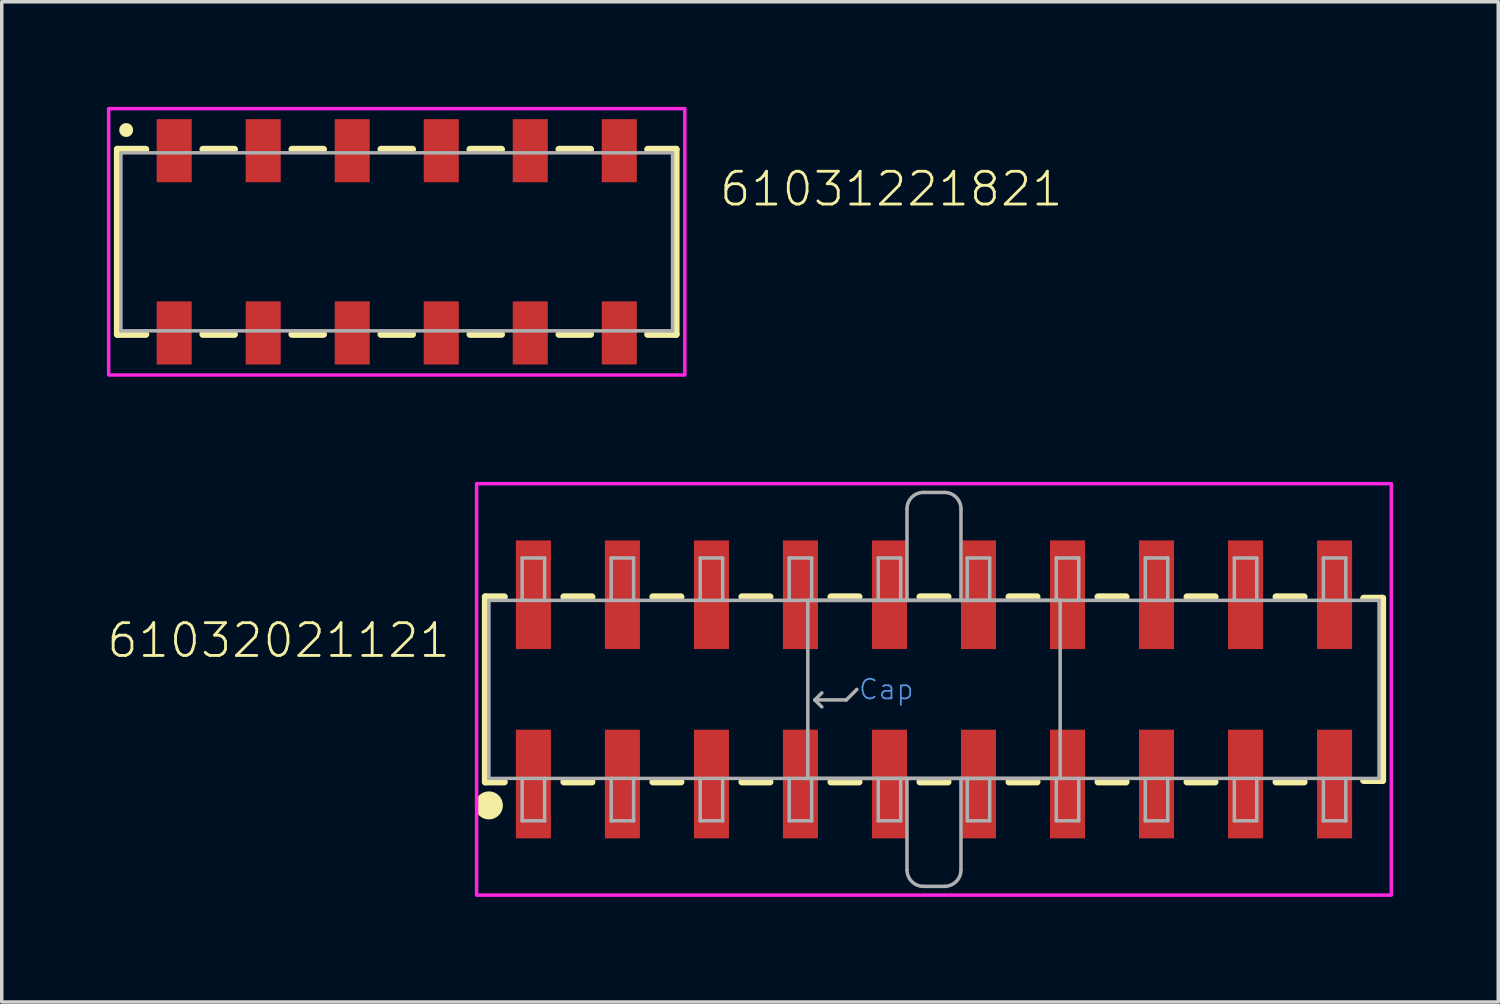
<source format=kicad_pcb>
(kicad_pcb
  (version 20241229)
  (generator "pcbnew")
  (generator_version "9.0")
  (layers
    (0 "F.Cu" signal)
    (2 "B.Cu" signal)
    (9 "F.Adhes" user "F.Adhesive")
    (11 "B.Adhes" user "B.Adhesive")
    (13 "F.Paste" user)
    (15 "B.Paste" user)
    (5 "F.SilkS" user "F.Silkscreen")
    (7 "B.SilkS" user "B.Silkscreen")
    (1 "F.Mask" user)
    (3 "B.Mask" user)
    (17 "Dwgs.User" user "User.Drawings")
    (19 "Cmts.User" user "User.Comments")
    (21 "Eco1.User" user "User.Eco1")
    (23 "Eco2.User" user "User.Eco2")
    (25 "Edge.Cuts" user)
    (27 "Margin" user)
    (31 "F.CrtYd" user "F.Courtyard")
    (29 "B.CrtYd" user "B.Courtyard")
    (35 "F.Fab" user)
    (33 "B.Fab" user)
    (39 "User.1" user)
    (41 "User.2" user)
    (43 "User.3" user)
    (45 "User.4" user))
  (footprint "61032021121"
    (layer "F.Cu")
    (at 23.599 16.62)
    (property "Reference" "61032021121" (at -13.75 -0.85 0) (unlocked yes) (layer "F.SilkS") (effects (font (size 0.935 0.935) (thickness 0.081)) (justify right bottom)))
    (fp_line (start -12.8 -2.64) (end -12.8 2.64) (stroke (width 0.2) (type solid)) (layer "F.SilkS"))
    (fp_line (start -12.8 2.64) (end -12.26 2.64) (stroke (width 0.2) (type solid)) (layer "F.SilkS"))
    (fp_line (start -12.26 -2.64) (end -12.8 -2.64) (stroke (width 0.2) (type solid)) (layer "F.SilkS"))
    (fp_line (start -10.56 2.64) (end -9.76 2.64) (stroke (width 0.2) (type solid)) (layer "F.SilkS"))
    (fp_line (start -9.76 -2.64) (end -10.56 -2.64) (stroke (width 0.2) (type solid)) (layer "F.SilkS"))
    (fp_line (start -8.02 2.64) (end -7.22 2.64) (stroke (width 0.2) (type solid)) (layer "F.SilkS"))
    (fp_line (start -7.22 -2.64) (end -8.02 -2.64) (stroke (width 0.2) (type solid)) (layer "F.SilkS"))
    (fp_line (start -5.48 2.64) (end -4.68 2.64) (stroke (width 0.2) (type solid)) (layer "F.SilkS"))
    (fp_line (start -4.68 -2.64) (end -5.48 -2.64) (stroke (width 0.2) (type solid)) (layer "F.SilkS"))
    (fp_line (start -2.94 2.64) (end -2.14 2.64) (stroke (width 0.2) (type solid)) (layer "F.SilkS"))
    (fp_line (start -2.14 -2.64) (end -2.94 -2.64) (stroke (width 0.2) (type solid)) (layer "F.SilkS"))
    (fp_line (start -0.4 2.64) (end 0.4 2.64) (stroke (width 0.2) (type solid)) (layer "F.SilkS"))
    (fp_line (start 0.4 -2.64) (end -0.4 -2.64) (stroke (width 0.2) (type solid)) (layer "F.SilkS"))
    (fp_line (start 2.14 2.64) (end 2.94 2.64) (stroke (width 0.2) (type solid)) (layer "F.SilkS"))
    (fp_line (start 2.94 -2.64) (end 2.14 -2.64) (stroke (width 0.2) (type solid)) (layer "F.SilkS"))
    (fp_line (start 4.68 2.64) (end 5.48 2.64) (stroke (width 0.2) (type solid)) (layer "F.SilkS"))
    (fp_line (start 5.48 -2.64) (end 4.68 -2.64) (stroke (width 0.2) (type solid)) (layer "F.SilkS"))
    (fp_line (start 7.22 2.64) (end 8.02 2.64) (stroke (width 0.2) (type solid)) (layer "F.SilkS"))
    (fp_line (start 8.02 -2.64) (end 7.22 -2.64) (stroke (width 0.2) (type solid)) (layer "F.SilkS"))
    (fp_line (start 9.76 2.64) (end 10.56 2.64) (stroke (width 0.2) (type solid)) (layer "F.SilkS"))
    (fp_line (start 10.56 -2.64) (end 9.76 -2.64) (stroke (width 0.2) (type solid)) (layer "F.SilkS"))
    (fp_line (start 12.26 -2.6) (end 12.8 -2.6) (stroke (width 0.2) (type solid)) (layer "F.SilkS"))
    (fp_line (start 12.8 -2.6) (end 12.8 2.6) (stroke (width 0.2) (type solid)) (layer "F.SilkS"))
    (fp_line (start 12.8 2.6) (end 12.26 2.6) (stroke (width 0.2) (type solid)) (layer "F.SilkS"))
    (fp_circle (center -12.7 3.31) (end -12.5 3.31) (stroke (width 0.4) (type solid)) (fill no) (layer "F.SilkS"))
    (fp_poly (pts (xy 13.05 5.87) (xy -13.05 5.87) (xy -13.05 -5.87) (xy 13.05 -5.87)) (stroke (width 0.1) (type default)) (fill no) (layer "F.CrtYd"))
    (fp_line (start -12.7 -2.54) (end -12.7 2.54) (stroke (width 0.1) (type solid)) (layer "F.Fab"))
    (fp_line (start -12.7 2.54) (end 12.7 2.54) (stroke (width 0.1) (type solid)) (layer "F.Fab"))
    (fp_line (start -11.75 -3.75) (end -11.11 -3.75) (stroke (width 0.1) (type solid)) (layer "F.Fab"))
    (fp_line (start -11.75 -2.54) (end -12.7 -2.54) (stroke (width 0.1) (type solid)) (layer "F.Fab"))
    (fp_line (start -11.75 -2.54) (end -11.75 -3.75) (stroke (width 0.1) (type solid)) (layer "F.Fab"))
    (fp_line (start -11.75 3.75) (end -11.75 2.54) (stroke (width 0.1) (type solid)) (layer "F.Fab"))
    (fp_line (start -11.11 -3.75) (end -11.11 -2.54) (stroke (width 0.1) (type solid)) (layer "F.Fab"))
    (fp_line (start -11.11 -2.54) (end -11.75 -2.54) (stroke (width 0.1) (type solid)) (layer "F.Fab"))
    (fp_line (start -11.11 2.54) (end -11.11 3.75) (stroke (width 0.1) (type solid)) (layer "F.Fab"))
    (fp_line (start -11.11 3.75) (end -11.75 3.75) (stroke (width 0.1) (type solid)) (layer "F.Fab"))
    (fp_line (start -9.21 -3.75) (end -8.57 -3.75) (stroke (width 0.1) (type solid)) (layer "F.Fab"))
    (fp_line (start -9.21 -2.54) (end -9.21 -3.75) (stroke (width 0.1) (type solid)) (layer "F.Fab"))
    (fp_line (start -9.21 3.75) (end -9.21 2.54) (stroke (width 0.1) (type solid)) (layer "F.Fab"))
    (fp_line (start -8.57 -3.75) (end -8.57 -2.54) (stroke (width 0.1) (type solid)) (layer "F.Fab"))
    (fp_line (start -8.57 2.54) (end -8.57 3.75) (stroke (width 0.1) (type solid)) (layer "F.Fab"))
    (fp_line (start -8.57 3.75) (end -9.21 3.75) (stroke (width 0.1) (type solid)) (layer "F.Fab"))
    (fp_line (start -6.67 -3.75) (end -6.03 -3.75) (stroke (width 0.1) (type solid)) (layer "F.Fab"))
    (fp_line (start -6.67 -2.54) (end -6.67 -3.75) (stroke (width 0.1) (type solid)) (layer "F.Fab"))
    (fp_line (start -6.67 3.75) (end -6.67 2.54) (stroke (width 0.1) (type solid)) (layer "F.Fab"))
    (fp_line (start -6.03 -3.75) (end -6.03 -2.54) (stroke (width 0.1) (type solid)) (layer "F.Fab"))
    (fp_line (start -6.03 2.54) (end -6.03 3.75) (stroke (width 0.1) (type solid)) (layer "F.Fab"))
    (fp_line (start -6.03 3.75) (end -6.67 3.75) (stroke (width 0.1) (type solid)) (layer "F.Fab"))
    (fp_line (start -4.13 -3.75) (end -3.49 -3.75) (stroke (width 0.1) (type solid)) (layer "F.Fab"))
    (fp_line (start -4.13 -2.54) (end -4.13 -3.75) (stroke (width 0.1) (type solid)) (layer "F.Fab"))
    (fp_line (start -4.13 3.75) (end -4.13 2.54) (stroke (width 0.1) (type solid)) (layer "F.Fab"))
    (fp_line (start -3.6 -2.54) (end -0.77 -2.54) (stroke (width 0.1) (type solid)) (layer "F.Fab"))
    (fp_line (start -3.6 2.54) (end -3.6 -2.54) (stroke (width 0.1) (type solid)) (layer "F.Fab"))
    (fp_line (start -3.49 -3.75) (end -3.49 -2.54) (stroke (width 0.1) (type solid)) (layer "F.Fab"))
    (fp_line (start -3.49 2.54) (end -3.49 3.75) (stroke (width 0.1) (type solid)) (layer "F.Fab"))
    (fp_line (start -3.49 3.75) (end -4.13 3.75) (stroke (width 0.1) (type solid)) (layer "F.Fab"))
    (fp_line (start -3.4 0.3) (end -3.2 0.1) (stroke (width 0.1) (type solid)) (layer "F.Fab"))
    (fp_line (start -3.4 0.3) (end -3.2 0.5) (stroke (width 0.1) (type solid)) (layer "F.Fab"))
    (fp_line (start -2.5 0.3) (end -3.4 0.3) (stroke (width 0.1) (type solid)) (layer "F.Fab"))
    (fp_line (start -2.2 0) (end -2.5 0.3) (stroke (width 0.1) (type solid)) (layer "F.Fab"))
    (fp_line (start -1.59 -3.75) (end -0.95 -3.75) (stroke (width 0.1) (type solid)) (layer "F.Fab"))
    (fp_line (start -1.59 -2.54) (end -1.59 -3.75) (stroke (width 0.1) (type solid)) (layer "F.Fab"))
    (fp_line (start -1.59 3.75) (end -1.59 2.54) (stroke (width 0.1) (type solid)) (layer "F.Fab"))
    (fp_line (start -0.95 -3.75) (end -0.95 -2.54) (stroke (width 0.1) (type solid)) (layer "F.Fab"))
    (fp_line (start -0.95 2.54) (end -0.95 3.75) (stroke (width 0.1) (type solid)) (layer "F.Fab"))
    (fp_line (start -0.95 3.75) (end -1.59 3.75) (stroke (width 0.1) (type solid)) (layer "F.Fab"))
    (fp_line (start -0.77 -2.54) (end -0.77 -5.15) (stroke (width 0.1) (type solid)) (layer "F.Fab"))
    (fp_line (start -0.77 -2.54) (end 0.77 -2.54) (stroke (width 0.1) (type solid)) (layer "F.Fab"))
    (fp_line (start -0.77 5.15) (end -0.77 2.54) (stroke (width 0.1) (type solid)) (layer "F.Fab"))
    (fp_line (start -0.3 -5.62) (end 0.3 -5.62) (stroke (width 0.1) (type solid)) (layer "F.Fab"))
    (fp_line (start 0.3 5.62) (end -0.3 5.62) (stroke (width 0.1) (type solid)) (layer "F.Fab"))
    (fp_line (start 0.77 -5.15) (end 0.77 -2.54) (stroke (width 0.1) (type solid)) (layer "F.Fab"))
    (fp_line (start 0.77 -2.54) (end 3.6 -2.54) (stroke (width 0.1) (type solid)) (layer "F.Fab"))
    (fp_line (start 0.77 2.54) (end 0.77 5.15) (stroke (width 0.1) (type solid)) (layer "F.Fab"))
    (fp_line (start 0.95 -3.75) (end 1.59 -3.75) (stroke (width 0.1) (type solid)) (layer "F.Fab"))
    (fp_line (start 0.95 -2.54) (end 0.95 -3.75) (stroke (width 0.1) (type solid)) (layer "F.Fab"))
    (fp_line (start 0.95 3.75) (end 0.95 2.54) (stroke (width 0.1) (type solid)) (layer "F.Fab"))
    (fp_line (start 1.59 -3.75) (end 1.59 -2.54) (stroke (width 0.1) (type solid)) (layer "F.Fab"))
    (fp_line (start 1.59 2.54) (end 1.59 3.75) (stroke (width 0.1) (type solid)) (layer "F.Fab"))
    (fp_line (start 1.59 3.75) (end 0.95 3.75) (stroke (width 0.1) (type solid)) (layer "F.Fab"))
    (fp_line (start 3.49 -3.75) (end 4.13 -3.75) (stroke (width 0.1) (type solid)) (layer "F.Fab"))
    (fp_line (start 3.49 -2.54) (end 3.49 -3.75) (stroke (width 0.1) (type solid)) (layer "F.Fab"))
    (fp_line (start 3.49 3.75) (end 3.49 2.54) (stroke (width 0.1) (type solid)) (layer "F.Fab"))
    (fp_line (start 3.6 -2.54) (end 3.6 2.54) (stroke (width 0.1) (type solid)) (layer "F.Fab"))
    (fp_line (start 3.6 2.54) (end -3.6 2.54) (stroke (width 0.1) (type solid)) (layer "F.Fab"))
    (fp_line (start 4.13 -3.75) (end 4.13 -2.54) (stroke (width 0.1) (type solid)) (layer "F.Fab"))
    (fp_line (start 4.13 2.54) (end 4.13 3.75) (stroke (width 0.1) (type solid)) (layer "F.Fab"))
    (fp_line (start 4.13 3.75) (end 3.49 3.75) (stroke (width 0.1) (type solid)) (layer "F.Fab"))
    (fp_line (start 6.03 -3.75) (end 6.67 -3.75) (stroke (width 0.1) (type solid)) (layer "F.Fab"))
    (fp_line (start 6.03 -2.54) (end 6.03 -3.75) (stroke (width 0.1) (type solid)) (layer "F.Fab"))
    (fp_line (start 6.03 3.75) (end 6.03 2.54) (stroke (width 0.1) (type solid)) (layer "F.Fab"))
    (fp_line (start 6.67 -3.75) (end 6.67 -2.54) (stroke (width 0.1) (type solid)) (layer "F.Fab"))
    (fp_line (start 6.67 2.54) (end 6.67 3.75) (stroke (width 0.1) (type solid)) (layer "F.Fab"))
    (fp_line (start 6.67 3.75) (end 6.03 3.75) (stroke (width 0.1) (type solid)) (layer "F.Fab"))
    (fp_line (start 8.57 -3.75) (end 9.21 -3.75) (stroke (width 0.1) (type solid)) (layer "F.Fab"))
    (fp_line (start 8.57 -2.54) (end 8.57 -3.75) (stroke (width 0.1) (type solid)) (layer "F.Fab"))
    (fp_line (start 8.57 3.75) (end 8.57 2.54) (stroke (width 0.1) (type solid)) (layer "F.Fab"))
    (fp_line (start 9.21 -3.75) (end 9.21 -2.54) (stroke (width 0.1) (type solid)) (layer "F.Fab"))
    (fp_line (start 9.21 2.54) (end 9.21 3.75) (stroke (width 0.1) (type solid)) (layer "F.Fab"))
    (fp_line (start 9.21 3.75) (end 8.57 3.75) (stroke (width 0.1) (type solid)) (layer "F.Fab"))
    (fp_line (start 11.11 -3.75) (end 11.75 -3.75) (stroke (width 0.1) (type solid)) (layer "F.Fab"))
    (fp_line (start 11.11 -2.54) (end 11.11 -3.75) (stroke (width 0.1) (type solid)) (layer "F.Fab"))
    (fp_line (start 11.11 3.75) (end 11.11 2.54) (stroke (width 0.1) (type solid)) (layer "F.Fab"))
    (fp_line (start 11.75 -3.75) (end 11.75 -2.54) (stroke (width 0.1) (type solid)) (layer "F.Fab"))
    (fp_line (start 11.75 2.54) (end 11.75 3.75) (stroke (width 0.1) (type solid)) (layer "F.Fab"))
    (fp_line (start 11.75 3.75) (end 11.11 3.75) (stroke (width 0.1) (type solid)) (layer "F.Fab"))
    (fp_line (start 12.7 -2.54) (end -11.11 -2.54) (stroke (width 0.1) (type solid)) (layer "F.Fab"))
    (fp_line (start 12.7 2.54) (end 12.7 -2.54) (stroke (width 0.1) (type solid)) (layer "F.Fab"))
    (fp_arc (start -0.77 -5.15) (mid -0.63234 -5.48234) (end -0.3 -5.62) (stroke (width 0.1) (type solid)) (layer "F.Fab"))
    (fp_arc (start -0.3 5.62) (mid -0.63234 5.48234) (end -0.77 5.15) (stroke (width 0.1) (type solid)) (layer "F.Fab"))
    (fp_arc (start 0.3 -5.62) (mid 0.63234 -5.48234) (end 0.77 -5.15) (stroke (width 0.1) (type solid)) (layer "F.Fab"))
    (fp_arc (start 0.77 5.15) (mid 0.63234 5.48234) (end 0.3 5.62) (stroke (width 0.1) (type solid)) (layer "F.Fab"))
    (fp_text user "Cap" (at -1.36 0 0) (unlocked yes) (layer "Cmts.User") (effects (font (size 0.561 0.561) (thickness 0.049))))
    (pad "1" smd rect (at -11.43 2.7 90) (size 3.1 1) (layers "F.Cu" "F.Mask" "F.Paste"))
    (pad "2" smd rect (at -11.43 -2.7 90) (size 3.1 1) (layers "F.Cu" "F.Mask" "F.Paste"))
    (pad "3" smd rect (at -8.89 2.7 90) (size 3.1 1) (layers "F.Cu" "F.Mask" "F.Paste"))
    (pad "4" smd rect (at -8.89 -2.7 90) (size 3.1 1) (layers "F.Cu" "F.Mask" "F.Paste"))
    (pad "5" smd rect (at -6.35 2.7 90) (size 3.1 1) (layers "F.Cu" "F.Mask" "F.Paste"))
    (pad "6" smd rect (at -6.35 -2.7 90) (size 3.1 1) (layers "F.Cu" "F.Mask" "F.Paste"))
    (pad "7" smd rect (at -3.81 2.7 90) (size 3.1 1) (layers "F.Cu" "F.Mask" "F.Paste"))
    (pad "8" smd rect (at -3.81 -2.7 90) (size 3.1 1) (layers "F.Cu" "F.Mask" "F.Paste"))
    (pad "9" smd rect (at -1.27 2.7 90) (size 3.1 1) (layers "F.Cu" "F.Mask" "F.Paste"))
    (pad "10" smd rect (at -1.27 -2.7 90) (size 3.1 1) (layers "F.Cu" "F.Mask" "F.Paste"))
    (pad "11" smd rect (at 1.27 2.7 90) (size 3.1 1) (layers "F.Cu" "F.Mask" "F.Paste"))
    (pad "12" smd rect (at 1.27 -2.7 90) (size 3.1 1) (layers "F.Cu" "F.Mask" "F.Paste"))
    (pad "13" smd rect (at 3.81 2.7 90) (size 3.1 1) (layers "F.Cu" "F.Mask" "F.Paste"))
    (pad "14" smd rect (at 3.81 -2.7 90) (size 3.1 1) (layers "F.Cu" "F.Mask" "F.Paste"))
    (pad "15" smd rect (at 6.35 2.7 90) (size 3.1 1) (layers "F.Cu" "F.Mask" "F.Paste"))
    (pad "16" smd rect (at 6.35 -2.7 90) (size 3.1 1) (layers "F.Cu" "F.Mask" "F.Paste"))
    (pad "17" smd rect (at 8.89 2.7 90) (size 3.1 1) (layers "F.Cu" "F.Mask" "F.Paste"))
    (pad "18" smd rect (at 8.89 -2.7 90) (size 3.1 1) (layers "F.Cu" "F.Mask" "F.Paste"))
    (pad "19" smd rect (at 11.43 2.7 90) (size 3.1 1) (layers "F.Cu" "F.Mask" "F.Paste"))
    (pad "20" smd rect (at 11.43 -2.7 90) (size 3.1 1) (layers "F.Cu" "F.Mask" "F.Paste")))
  (footprint "61031221821"
    (layer "F.Cu")
    (at 8.27 3.85)
    (property "Reference" "61031221821" (at 9.16 -0.96 0) (unlocked yes) (layer "F.SilkS") (effects (font (size 0.935 0.935) (thickness 0.081)) (justify left bottom)))
    (fp_line (start -7.97 -2.64) (end -7.97 2.64) (stroke (width 0.2) (type solid)) (layer "F.SilkS"))
    (fp_line (start -7.16 -2.64) (end -7.97 -2.64) (stroke (width 0.2) (type solid)) (layer "F.SilkS"))
    (fp_line (start -7.16 2.64) (end -7.97 2.64) (stroke (width 0.2) (type solid)) (layer "F.SilkS"))
    (fp_line (start -5.53 -2.64) (end -4.63 -2.64) (stroke (width 0.2) (type solid)) (layer "F.SilkS"))
    (fp_line (start -5.53 2.64) (end -4.63 2.64) (stroke (width 0.2) (type solid)) (layer "F.SilkS"))
    (fp_line (start -2.99 -2.64) (end -2.09 -2.64) (stroke (width 0.2) (type solid)) (layer "F.SilkS"))
    (fp_line (start -2.99 2.64) (end -2.09 2.64) (stroke (width 0.2) (type solid)) (layer "F.SilkS"))
    (fp_line (start -0.45 -2.64) (end 0.45 -2.64) (stroke (width 0.2) (type solid)) (layer "F.SilkS"))
    (fp_line (start 0.45 2.64) (end -0.45 2.64) (stroke (width 0.2) (type solid)) (layer "F.SilkS"))
    (fp_line (start 2.99 -2.64) (end 2.09 -2.64) (stroke (width 0.2) (type solid)) (layer "F.SilkS"))
    (fp_line (start 2.99 2.64) (end 2.09 2.64) (stroke (width 0.2) (type solid)) (layer "F.SilkS"))
    (fp_line (start 5.53 -2.64) (end 4.63 -2.64) (stroke (width 0.2) (type solid)) (layer "F.SilkS"))
    (fp_line (start 5.53 2.64) (end 4.63 2.64) (stroke (width 0.2) (type solid)) (layer "F.SilkS"))
    (fp_line (start 7.16 -2.64) (end 7.97 -2.64) (stroke (width 0.2) (type solid)) (layer "F.SilkS"))
    (fp_line (start 7.16 2.64) (end 7.97 2.64) (stroke (width 0.2) (type solid)) (layer "F.SilkS"))
    (fp_line (start 7.97 2.64) (end 7.97 -2.64) (stroke (width 0.2) (type solid)) (layer "F.SilkS"))
    (fp_circle (center -7.72 -3.19) (end -7.62 -3.19) (stroke (width 0.2) (type solid)) (fill no) (layer "F.SilkS"))
    (fp_poly (pts (xy 8.22 3.8) (xy -8.22 3.8) (xy -8.22 -3.8) (xy 8.22 -3.8)) (stroke (width 0.1) (type default)) (fill no) (layer "F.CrtYd"))
    (fp_line (start -7.87 -2.54) (end -7.87 2.54) (stroke (width 0.1) (type solid)) (layer "F.Fab"))
    (fp_line (start -7.87 2.54) (end 7.87 2.54) (stroke (width 0.1) (type solid)) (layer "F.Fab"))
    (fp_line (start 7.87 -2.54) (end -7.87 -2.54) (stroke (width 0.1) (type solid)) (layer "F.Fab"))
    (fp_line (start 7.87 -2.54) (end 7.87 2.54) (stroke (width 0.1) (type solid)) (layer "F.Fab"))
    (pad "1" smd rect (at -6.35 -2.6) (size 1 1.8) (layers "F.Cu" "F.Mask" "F.Paste"))
    (pad "2" smd rect (at -6.35 2.6) (size 1 1.8) (layers "F.Cu" "F.Mask" "F.Paste"))
    (pad "3" smd rect (at -3.81 -2.6) (size 1 1.8) (layers "F.Cu" "F.Mask" "F.Paste"))
    (pad "4" smd rect (at -3.81 2.6) (size 1 1.8) (layers "F.Cu" "F.Mask" "F.Paste"))
    (pad "5" smd rect (at -1.27 -2.6) (size 1 1.8) (layers "F.Cu" "F.Mask" "F.Paste"))
    (pad "6" smd rect (at -1.27 2.6) (size 1 1.8) (layers "F.Cu" "F.Mask" "F.Paste"))
    (pad "7" smd rect (at 1.27 -2.6) (size 1 1.8) (layers "F.Cu" "F.Mask" "F.Paste"))
    (pad "8" smd rect (at 1.27 2.6) (size 1 1.8) (layers "F.Cu" "F.Mask" "F.Paste"))
    (pad "9" smd rect (at 3.81 -2.6) (size 1 1.8) (layers "F.Cu" "F.Mask" "F.Paste"))
    (pad "10" smd rect (at 3.81 2.6) (size 1 1.8) (layers "F.Cu" "F.Mask" "F.Paste"))
    (pad "11" smd rect (at 6.35 -2.6) (size 1 1.8) (layers "F.Cu" "F.Mask" "F.Paste"))
    (pad "12" smd rect (at 6.35 2.6) (size 1 1.8) (layers "F.Cu" "F.Mask" "F.Paste")))
  (gr_rect
    (start -3 -3)
    (end 39.699 25.54)
    (stroke (width 0.1) (type default))
    (fill no)
    (layer "Edge.Cuts")))
</source>
